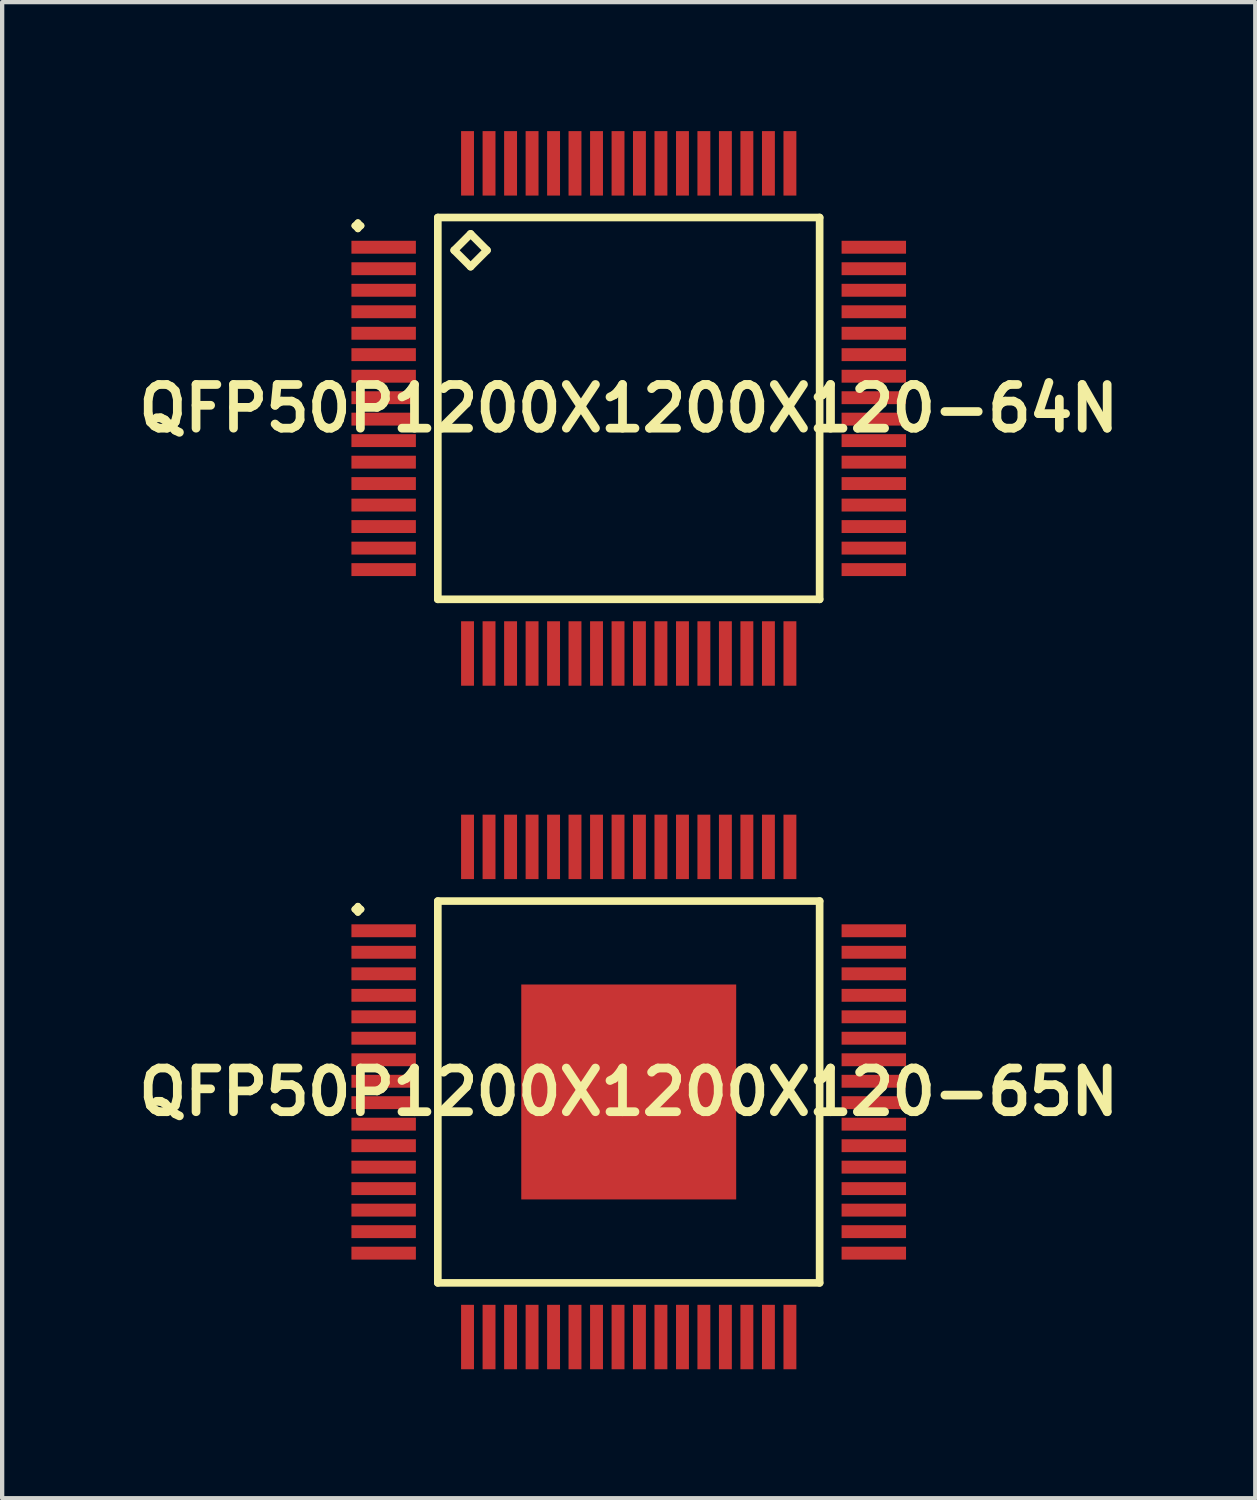
<source format=kicad_pcb>
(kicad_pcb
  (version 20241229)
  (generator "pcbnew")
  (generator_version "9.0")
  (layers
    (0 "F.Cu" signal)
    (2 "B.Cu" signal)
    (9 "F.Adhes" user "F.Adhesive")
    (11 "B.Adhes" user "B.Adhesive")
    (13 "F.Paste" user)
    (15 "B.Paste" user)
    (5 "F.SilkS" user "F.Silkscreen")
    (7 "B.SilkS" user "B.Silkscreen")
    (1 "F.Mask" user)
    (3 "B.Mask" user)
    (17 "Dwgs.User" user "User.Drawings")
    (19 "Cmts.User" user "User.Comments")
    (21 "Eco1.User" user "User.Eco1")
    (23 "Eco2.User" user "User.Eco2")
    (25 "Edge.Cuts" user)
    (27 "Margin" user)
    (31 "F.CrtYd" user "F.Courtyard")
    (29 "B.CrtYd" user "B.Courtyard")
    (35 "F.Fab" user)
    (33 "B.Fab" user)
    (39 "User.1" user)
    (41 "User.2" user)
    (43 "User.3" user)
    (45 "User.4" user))
  (footprint "QFP50P1200X1200X120-64N"
    (layer "F.Cu")
    (at 11.573 6.449)
    (property "Reference" "QFP50P1200X1200X120-64N" (at 0 0 0) (layer "F.SilkS") (effects (font (size 1.016 1.016) (thickness 0.203))))
    (attr smd)
    (fp_line (start -6.373 -4.249) (end -6.299 -4.323) (stroke (width 0.15) (type solid)) (layer "F.SilkS"))
    (fp_line (start -6.299 -4.323) (end -6.223 -4.249) (stroke (width 0.15) (type solid)) (layer "F.SilkS"))
    (fp_line (start -6.299 -4.173) (end -6.373 -4.249) (stroke (width 0.15) (type solid)) (layer "F.SilkS"))
    (fp_line (start -6.223 -4.249) (end -6.299 -4.173) (stroke (width 0.15) (type solid)) (layer "F.SilkS"))
    (fp_line (start -4.44 -4.44) (end -4.44 4.44) (stroke (width 0.178) (type solid)) (layer "F.SilkS"))
    (fp_line (start -4.44 4.44) (end 4.44 4.44) (stroke (width 0.178) (type solid)) (layer "F.SilkS"))
    (fp_line (start -4.059 -3.678) (end -3.678 -4.059) (stroke (width 0.178) (type solid)) (layer "F.SilkS"))
    (fp_line (start -3.678 -4.059) (end -3.297 -3.678) (stroke (width 0.178) (type solid)) (layer "F.SilkS"))
    (fp_line (start -3.678 -3.297) (end -4.059 -3.678) (stroke (width 0.178) (type solid)) (layer "F.SilkS"))
    (fp_line (start -3.297 -3.678) (end -3.678 -3.297) (stroke (width 0.178) (type solid)) (layer "F.SilkS"))
    (fp_line (start 4.44 -4.44) (end -4.44 -4.44) (stroke (width 0.178) (type solid)) (layer "F.SilkS"))
    (fp_line (start 4.44 4.44) (end 4.44 -4.44) (stroke (width 0.178) (type solid)) (layer "F.SilkS"))
    (pad "1" smd rect (at -5.7 -3.749) (size 1.499 0.3) (layers "F.Cu" "F.Mask" "F.Paste"))
    (pad "2" smd rect (at -5.7 -3.249) (size 1.499 0.3) (layers "F.Cu" "F.Mask" "F.Paste"))
    (pad "3" smd rect (at -5.7 -2.748) (size 1.499 0.3) (layers "F.Cu" "F.Mask" "F.Paste"))
    (pad "4" smd rect (at -5.7 -2.248) (size 1.499 0.3) (layers "F.Cu" "F.Mask" "F.Paste"))
    (pad "5" smd rect (at -5.7 -1.748) (size 1.499 0.3) (layers "F.Cu" "F.Mask" "F.Paste"))
    (pad "6" smd rect (at -5.7 -1.25) (size 1.499 0.3) (layers "F.Cu" "F.Mask" "F.Paste"))
    (pad "7" smd rect (at -5.7 -0.749) (size 1.499 0.3) (layers "F.Cu" "F.Mask" "F.Paste"))
    (pad "8" smd rect (at -5.7 -0.249) (size 1.499 0.3) (layers "F.Cu" "F.Mask" "F.Paste"))
    (pad "9" smd rect (at -5.7 0.249) (size 1.499 0.3) (layers "F.Cu" "F.Mask" "F.Paste"))
    (pad "10" smd rect (at -5.7 0.749) (size 1.499 0.3) (layers "F.Cu" "F.Mask" "F.Paste"))
    (pad "11" smd rect (at -5.7 1.25) (size 1.499 0.3) (layers "F.Cu" "F.Mask" "F.Paste"))
    (pad "12" smd rect (at -5.7 1.748) (size 1.499 0.3) (layers "F.Cu" "F.Mask" "F.Paste"))
    (pad "13" smd rect (at -5.7 2.248) (size 1.499 0.3) (layers "F.Cu" "F.Mask" "F.Paste"))
    (pad "14" smd rect (at -5.7 2.748) (size 1.499 0.3) (layers "F.Cu" "F.Mask" "F.Paste"))
    (pad "15" smd rect (at -5.7 3.249) (size 1.499 0.3) (layers "F.Cu" "F.Mask" "F.Paste"))
    (pad "16" smd rect (at -5.7 3.749) (size 1.499 0.3) (layers "F.Cu" "F.Mask" "F.Paste"))
    (pad "17" smd rect (at -3.749 5.7) (size 0.3 1.499) (layers "F.Cu" "F.Mask" "F.Paste"))
    (pad "18" smd rect (at -3.249 5.7) (size 0.3 1.499) (layers "F.Cu" "F.Mask" "F.Paste"))
    (pad "19" smd rect (at -2.748 5.7) (size 0.3 1.499) (layers "F.Cu" "F.Mask" "F.Paste"))
    (pad "20" smd rect (at -2.248 5.7) (size 0.3 1.499) (layers "F.Cu" "F.Mask" "F.Paste"))
    (pad "21" smd rect (at -1.748 5.7) (size 0.3 1.499) (layers "F.Cu" "F.Mask" "F.Paste"))
    (pad "22" smd rect (at -1.25 5.7) (size 0.3 1.499) (layers "F.Cu" "F.Mask" "F.Paste"))
    (pad "23" smd rect (at -0.749 5.7) (size 0.3 1.499) (layers "F.Cu" "F.Mask" "F.Paste"))
    (pad "24" smd rect (at -0.249 5.7) (size 0.3 1.499) (layers "F.Cu" "F.Mask" "F.Paste"))
    (pad "25" smd rect (at 0.249 5.7) (size 0.3 1.499) (layers "F.Cu" "F.Mask" "F.Paste"))
    (pad "26" smd rect (at 0.749 5.7) (size 0.3 1.499) (layers "F.Cu" "F.Mask" "F.Paste"))
    (pad "27" smd rect (at 1.25 5.7) (size 0.3 1.499) (layers "F.Cu" "F.Mask" "F.Paste"))
    (pad "28" smd rect (at 1.748 5.7) (size 0.3 1.499) (layers "F.Cu" "F.Mask" "F.Paste"))
    (pad "29" smd rect (at 2.248 5.7) (size 0.3 1.499) (layers "F.Cu" "F.Mask" "F.Paste"))
    (pad "30" smd rect (at 2.748 5.7) (size 0.3 1.499) (layers "F.Cu" "F.Mask" "F.Paste"))
    (pad "31" smd rect (at 3.249 5.7) (size 0.3 1.499) (layers "F.Cu" "F.Mask" "F.Paste"))
    (pad "32" smd rect (at 3.749 5.7) (size 0.3 1.499) (layers "F.Cu" "F.Mask" "F.Paste"))
    (pad "33" smd rect (at 5.7 3.749) (size 1.499 0.3) (layers "F.Cu" "F.Mask" "F.Paste"))
    (pad "34" smd rect (at 5.7 3.249) (size 1.499 0.3) (layers "F.Cu" "F.Mask" "F.Paste"))
    (pad "35" smd rect (at 5.7 2.748) (size 1.499 0.3) (layers "F.Cu" "F.Mask" "F.Paste"))
    (pad "36" smd rect (at 5.7 2.248) (size 1.499 0.3) (layers "F.Cu" "F.Mask" "F.Paste"))
    (pad "37" smd rect (at 5.7 1.748) (size 1.499 0.3) (layers "F.Cu" "F.Mask" "F.Paste"))
    (pad "38" smd rect (at 5.7 1.25) (size 1.499 0.3) (layers "F.Cu" "F.Mask" "F.Paste"))
    (pad "39" smd rect (at 5.7 0.749) (size 1.499 0.3) (layers "F.Cu" "F.Mask" "F.Paste"))
    (pad "40" smd rect (at 5.7 0.249) (size 1.499 0.3) (layers "F.Cu" "F.Mask" "F.Paste"))
    (pad "41" smd rect (at 5.7 -0.249) (size 1.499 0.3) (layers "F.Cu" "F.Mask" "F.Paste"))
    (pad "42" smd rect (at 5.7 -0.749) (size 1.499 0.3) (layers "F.Cu" "F.Mask" "F.Paste"))
    (pad "43" smd rect (at 5.7 -1.25) (size 1.499 0.3) (layers "F.Cu" "F.Mask" "F.Paste"))
    (pad "44" smd rect (at 5.7 -1.748) (size 1.499 0.3) (layers "F.Cu" "F.Mask" "F.Paste"))
    (pad "45" smd rect (at 5.7 -2.248) (size 1.499 0.3) (layers "F.Cu" "F.Mask" "F.Paste"))
    (pad "46" smd rect (at 5.7 -2.748) (size 1.499 0.3) (layers "F.Cu" "F.Mask" "F.Paste"))
    (pad "47" smd rect (at 5.7 -3.249) (size 1.499 0.3) (layers "F.Cu" "F.Mask" "F.Paste"))
    (pad "48" smd rect (at 5.7 -3.749) (size 1.499 0.3) (layers "F.Cu" "F.Mask" "F.Paste"))
    (pad "49" smd rect (at 3.749 -5.7) (size 0.3 1.499) (layers "F.Cu" "F.Mask" "F.Paste"))
    (pad "50" smd rect (at 3.249 -5.7) (size 0.3 1.499) (layers "F.Cu" "F.Mask" "F.Paste"))
    (pad "51" smd rect (at 2.748 -5.7) (size 0.3 1.499) (layers "F.Cu" "F.Mask" "F.Paste"))
    (pad "52" smd rect (at 2.248 -5.7) (size 0.3 1.499) (layers "F.Cu" "F.Mask" "F.Paste"))
    (pad "53" smd rect (at 1.748 -5.7) (size 0.3 1.499) (layers "F.Cu" "F.Mask" "F.Paste"))
    (pad "54" smd rect (at 1.25 -5.7) (size 0.3 1.499) (layers "F.Cu" "F.Mask" "F.Paste"))
    (pad "55" smd rect (at 0.749 -5.7) (size 0.3 1.499) (layers "F.Cu" "F.Mask" "F.Paste"))
    (pad "56" smd rect (at 0.249 -5.7) (size 0.3 1.499) (layers "F.Cu" "F.Mask" "F.Paste"))
    (pad "57" smd rect (at -0.249 -5.7) (size 0.3 1.499) (layers "F.Cu" "F.Mask" "F.Paste"))
    (pad "58" smd rect (at -0.749 -5.7) (size 0.3 1.499) (layers "F.Cu" "F.Mask" "F.Paste"))
    (pad "59" smd rect (at -1.25 -5.7) (size 0.3 1.499) (layers "F.Cu" "F.Mask" "F.Paste"))
    (pad "60" smd rect (at -1.748 -5.7) (size 0.3 1.499) (layers "F.Cu" "F.Mask" "F.Paste"))
    (pad "61" smd rect (at -2.248 -5.7) (size 0.3 1.499) (layers "F.Cu" "F.Mask" "F.Paste"))
    (pad "62" smd rect (at -2.748 -5.7) (size 0.3 1.499) (layers "F.Cu" "F.Mask" "F.Paste"))
    (pad "63" smd rect (at -3.249 -5.7) (size 0.3 1.499) (layers "F.Cu" "F.Mask" "F.Paste"))
    (pad "64" smd rect (at -3.749 -5.7) (size 0.3 1.499) (layers "F.Cu" "F.Mask" "F.Paste")))
  (footprint "QFP50P1200X1200X120-65N"
    (layer "F.Cu")
    (at 11.573 22.347)
    (property "Reference" "QFP50P1200X1200X120-65N" (at 0 0 0) (layer "F.SilkS") (effects (font (size 1.016 1.016) (thickness 0.203))))
    (attr smd)
    (fp_line (start -6.373 -4.249) (end -6.299 -4.323) (stroke (width 0.15) (type solid)) (layer "F.SilkS"))
    (fp_line (start -6.299 -4.323) (end -6.223 -4.249) (stroke (width 0.15) (type solid)) (layer "F.SilkS"))
    (fp_line (start -6.299 -4.173) (end -6.373 -4.249) (stroke (width 0.15) (type solid)) (layer "F.SilkS"))
    (fp_line (start -6.223 -4.249) (end -6.299 -4.173) (stroke (width 0.15) (type solid)) (layer "F.SilkS"))
    (fp_line (start -4.44 -4.44) (end -4.44 4.44) (stroke (width 0.178) (type solid)) (layer "F.SilkS"))
    (fp_line (start -4.44 4.44) (end 4.44 4.44) (stroke (width 0.178) (type solid)) (layer "F.SilkS"))
    (fp_line (start 4.44 -4.44) (end -4.44 -4.44) (stroke (width 0.178) (type solid)) (layer "F.SilkS"))
    (fp_line (start 4.44 4.44) (end 4.44 -4.44) (stroke (width 0.178) (type solid)) (layer "F.SilkS"))
    (pad "1" smd rect (at -5.7 -3.749) (size 1.499 0.3) (layers "F.Cu" "F.Mask" "F.Paste"))
    (pad "2" smd rect (at -5.7 -3.249) (size 1.499 0.3) (layers "F.Cu" "F.Mask" "F.Paste"))
    (pad "3" smd rect (at -5.7 -2.748) (size 1.499 0.3) (layers "F.Cu" "F.Mask" "F.Paste"))
    (pad "4" smd rect (at -5.7 -2.248) (size 1.499 0.3) (layers "F.Cu" "F.Mask" "F.Paste"))
    (pad "5" smd rect (at -5.7 -1.748) (size 1.499 0.3) (layers "F.Cu" "F.Mask" "F.Paste"))
    (pad "6" smd rect (at -5.7 -1.25) (size 1.499 0.3) (layers "F.Cu" "F.Mask" "F.Paste"))
    (pad "7" smd rect (at -5.7 -0.749) (size 1.499 0.3) (layers "F.Cu" "F.Mask" "F.Paste"))
    (pad "8" smd rect (at -5.7 -0.249) (size 1.499 0.3) (layers "F.Cu" "F.Mask" "F.Paste"))
    (pad "9" smd rect (at -5.7 0.249) (size 1.499 0.3) (layers "F.Cu" "F.Mask" "F.Paste"))
    (pad "10" smd rect (at -5.7 0.749) (size 1.499 0.3) (layers "F.Cu" "F.Mask" "F.Paste"))
    (pad "11" smd rect (at -5.7 1.25) (size 1.499 0.3) (layers "F.Cu" "F.Mask" "F.Paste"))
    (pad "12" smd rect (at -5.7 1.748) (size 1.499 0.3) (layers "F.Cu" "F.Mask" "F.Paste"))
    (pad "13" smd rect (at -5.7 2.248) (size 1.499 0.3) (layers "F.Cu" "F.Mask" "F.Paste"))
    (pad "14" smd rect (at -5.7 2.748) (size 1.499 0.3) (layers "F.Cu" "F.Mask" "F.Paste"))
    (pad "15" smd rect (at -5.7 3.249) (size 1.499 0.3) (layers "F.Cu" "F.Mask" "F.Paste"))
    (pad "16" smd rect (at -5.7 3.749) (size 1.499 0.3) (layers "F.Cu" "F.Mask" "F.Paste"))
    (pad "17" smd rect (at -3.749 5.7) (size 0.3 1.499) (layers "F.Cu" "F.Mask" "F.Paste"))
    (pad "18" smd rect (at -3.249 5.7) (size 0.3 1.499) (layers "F.Cu" "F.Mask" "F.Paste"))
    (pad "19" smd rect (at -2.748 5.7) (size 0.3 1.499) (layers "F.Cu" "F.Mask" "F.Paste"))
    (pad "20" smd rect (at -2.248 5.7) (size 0.3 1.499) (layers "F.Cu" "F.Mask" "F.Paste"))
    (pad "21" smd rect (at -1.748 5.7) (size 0.3 1.499) (layers "F.Cu" "F.Mask" "F.Paste"))
    (pad "22" smd rect (at -1.25 5.7) (size 0.3 1.499) (layers "F.Cu" "F.Mask" "F.Paste"))
    (pad "23" smd rect (at -0.749 5.7) (size 0.3 1.499) (layers "F.Cu" "F.Mask" "F.Paste"))
    (pad "24" smd rect (at -0.249 5.7) (size 0.3 1.499) (layers "F.Cu" "F.Mask" "F.Paste"))
    (pad "25" smd rect (at 0.249 5.7) (size 0.3 1.499) (layers "F.Cu" "F.Mask" "F.Paste"))
    (pad "26" smd rect (at 0.749 5.7) (size 0.3 1.499) (layers "F.Cu" "F.Mask" "F.Paste"))
    (pad "27" smd rect (at 1.25 5.7) (size 0.3 1.499) (layers "F.Cu" "F.Mask" "F.Paste"))
    (pad "28" smd rect (at 1.748 5.7) (size 0.3 1.499) (layers "F.Cu" "F.Mask" "F.Paste"))
    (pad "29" smd rect (at 2.248 5.7) (size 0.3 1.499) (layers "F.Cu" "F.Mask" "F.Paste"))
    (pad "30" smd rect (at 2.748 5.7) (size 0.3 1.499) (layers "F.Cu" "F.Mask" "F.Paste"))
    (pad "31" smd rect (at 3.249 5.7) (size 0.3 1.499) (layers "F.Cu" "F.Mask" "F.Paste"))
    (pad "32" smd rect (at 3.749 5.7) (size 0.3 1.499) (layers "F.Cu" "F.Mask" "F.Paste"))
    (pad "33" smd rect (at 5.7 3.749) (size 1.499 0.3) (layers "F.Cu" "F.Mask" "F.Paste"))
    (pad "34" smd rect (at 5.7 3.249) (size 1.499 0.3) (layers "F.Cu" "F.Mask" "F.Paste"))
    (pad "35" smd rect (at 5.7 2.748) (size 1.499 0.3) (layers "F.Cu" "F.Mask" "F.Paste"))
    (pad "36" smd rect (at 5.7 2.248) (size 1.499 0.3) (layers "F.Cu" "F.Mask" "F.Paste"))
    (pad "37" smd rect (at 5.7 1.748) (size 1.499 0.3) (layers "F.Cu" "F.Mask" "F.Paste"))
    (pad "38" smd rect (at 5.7 1.25) (size 1.499 0.3) (layers "F.Cu" "F.Mask" "F.Paste"))
    (pad "39" smd rect (at 5.7 0.749) (size 1.499 0.3) (layers "F.Cu" "F.Mask" "F.Paste"))
    (pad "40" smd rect (at 5.7 0.249) (size 1.499 0.3) (layers "F.Cu" "F.Mask" "F.Paste"))
    (pad "41" smd rect (at 5.7 -0.249) (size 1.499 0.3) (layers "F.Cu" "F.Mask" "F.Paste"))
    (pad "42" smd rect (at 5.7 -0.749) (size 1.499 0.3) (layers "F.Cu" "F.Mask" "F.Paste"))
    (pad "43" smd rect (at 5.7 -1.25) (size 1.499 0.3) (layers "F.Cu" "F.Mask" "F.Paste"))
    (pad "44" smd rect (at 5.7 -1.748) (size 1.499 0.3) (layers "F.Cu" "F.Mask" "F.Paste"))
    (pad "45" smd rect (at 5.7 -2.248) (size 1.499 0.3) (layers "F.Cu" "F.Mask" "F.Paste"))
    (pad "46" smd rect (at 5.7 -2.748) (size 1.499 0.3) (layers "F.Cu" "F.Mask" "F.Paste"))
    (pad "47" smd rect (at 5.7 -3.249) (size 1.499 0.3) (layers "F.Cu" "F.Mask" "F.Paste"))
    (pad "48" smd rect (at 5.7 -3.749) (size 1.499 0.3) (layers "F.Cu" "F.Mask" "F.Paste"))
    (pad "49" smd rect (at 3.749 -5.7) (size 0.3 1.499) (layers "F.Cu" "F.Mask" "F.Paste"))
    (pad "50" smd rect (at 3.249 -5.7) (size 0.3 1.499) (layers "F.Cu" "F.Mask" "F.Paste"))
    (pad "51" smd rect (at 2.748 -5.7) (size 0.3 1.499) (layers "F.Cu" "F.Mask" "F.Paste"))
    (pad "52" smd rect (at 2.248 -5.7) (size 0.3 1.499) (layers "F.Cu" "F.Mask" "F.Paste"))
    (pad "53" smd rect (at 1.748 -5.7) (size 0.3 1.499) (layers "F.Cu" "F.Mask" "F.Paste"))
    (pad "54" smd rect (at 1.25 -5.7) (size 0.3 1.499) (layers "F.Cu" "F.Mask" "F.Paste"))
    (pad "55" smd rect (at 0.749 -5.7) (size 0.3 1.499) (layers "F.Cu" "F.Mask" "F.Paste"))
    (pad "56" smd rect (at 0.249 -5.7) (size 0.3 1.499) (layers "F.Cu" "F.Mask" "F.Paste"))
    (pad "57" smd rect (at -0.249 -5.7) (size 0.3 1.499) (layers "F.Cu" "F.Mask" "F.Paste"))
    (pad "58" smd rect (at -0.749 -5.7) (size 0.3 1.499) (layers "F.Cu" "F.Mask" "F.Paste"))
    (pad "59" smd rect (at -1.25 -5.7) (size 0.3 1.499) (layers "F.Cu" "F.Mask" "F.Paste"))
    (pad "60" smd rect (at -1.748 -5.7) (size 0.3 1.499) (layers "F.Cu" "F.Mask" "F.Paste"))
    (pad "61" smd rect (at -2.248 -5.7) (size 0.3 1.499) (layers "F.Cu" "F.Mask" "F.Paste"))
    (pad "62" smd rect (at -2.748 -5.7) (size 0.3 1.499) (layers "F.Cu" "F.Mask" "F.Paste"))
    (pad "63" smd rect (at -3.249 -5.7) (size 0.3 1.499) (layers "F.Cu" "F.Mask" "F.Paste"))
    (pad "64" smd rect (at -3.749 -5.7) (size 0.3 1.499) (layers "F.Cu" "F.Mask" "F.Paste"))
    (pad "65" smd rect (at 0 0) (size 4.999 4.999) (layers "F.Cu" "F.Mask" "F.Paste")))
  (gr_rect
    (start -3 -3)
    (end 26.145 31.796)
    (stroke (width 0.1) (type default))
    (fill no)
    (layer "Edge.Cuts")))
</source>
